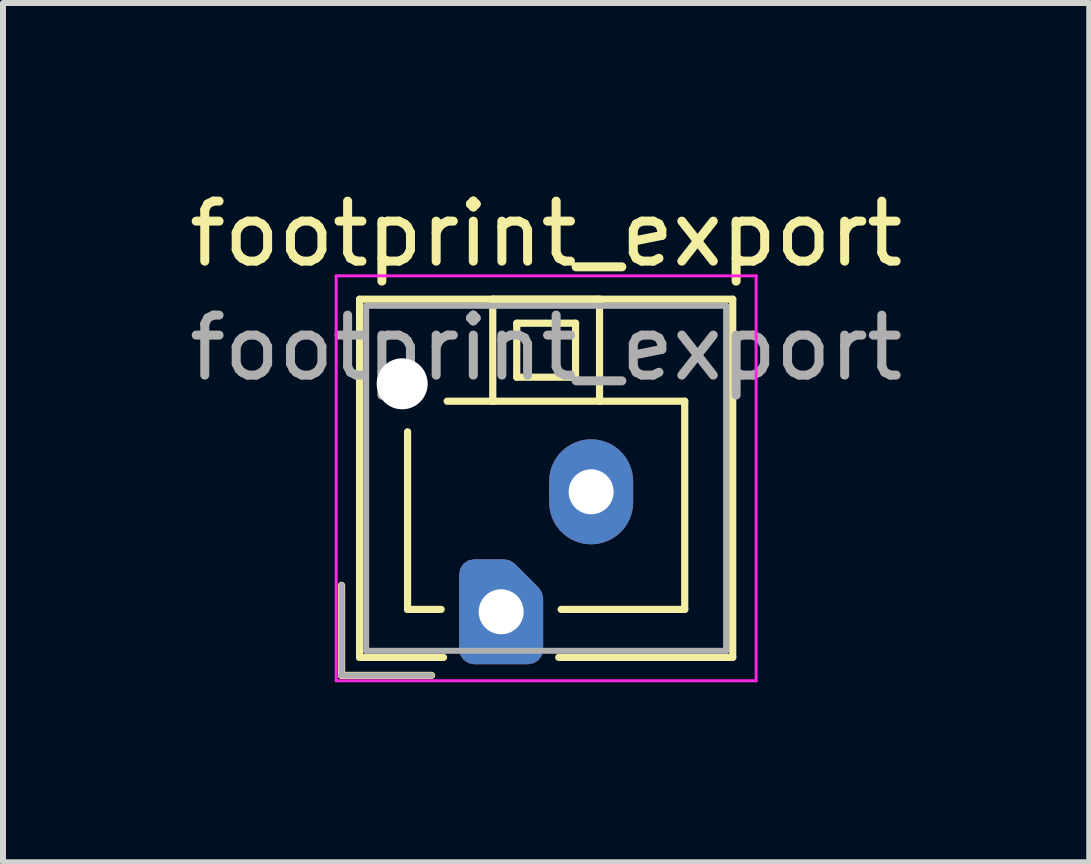
<source format=kicad_pcb>
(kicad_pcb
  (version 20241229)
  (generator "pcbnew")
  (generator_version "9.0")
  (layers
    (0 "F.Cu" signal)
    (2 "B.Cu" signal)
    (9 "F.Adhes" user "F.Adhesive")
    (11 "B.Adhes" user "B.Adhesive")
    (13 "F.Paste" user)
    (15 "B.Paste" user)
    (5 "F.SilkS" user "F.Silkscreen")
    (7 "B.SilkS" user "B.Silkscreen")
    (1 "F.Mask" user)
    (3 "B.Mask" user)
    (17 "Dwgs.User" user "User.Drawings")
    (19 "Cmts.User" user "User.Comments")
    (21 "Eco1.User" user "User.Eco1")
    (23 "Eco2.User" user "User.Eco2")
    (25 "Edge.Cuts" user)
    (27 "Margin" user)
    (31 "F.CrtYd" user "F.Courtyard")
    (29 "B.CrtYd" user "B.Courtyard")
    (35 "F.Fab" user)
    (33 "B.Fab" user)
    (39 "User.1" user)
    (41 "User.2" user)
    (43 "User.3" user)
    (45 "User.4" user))
  (footprint "footprint_export"
    (layer "F.Cu")
    (at 5.304 7.148)
    (property "Reference" "footprint_export" (at 0.75 -6.3 0) (layer "F.SilkS") (effects (font (size 1 1) (thickness 0.15))))
    (attr through_hole)
    (fp_line (start -2.66 -0.44) (end -2.66 1.06) (stroke (width 0.12) (type solid)) (layer "F.SilkS"))
    (fp_line (start -2.66 1.06) (end -1.16 1.06) (stroke (width 0.12) (type solid)) (layer "F.SilkS"))
    (fp_line (start -2.36 -5.21) (end 3.86 -5.21) (stroke (width 0.12) (type solid)) (layer "F.SilkS"))
    (fp_line (start -2.36 0.76) (end -2.36 -5.21) (stroke (width 0.12) (type solid)) (layer "F.SilkS"))
    (fp_line (start -1.56 -3) (end -1.56 -0.04) (stroke (width 0.12) (type solid)) (layer "F.SilkS"))
    (fp_line (start -1.56 -0.04) (end -1 -0.04) (stroke (width 0.12) (type solid)) (layer "F.SilkS"))
    (fp_line (start -0.96 0.76) (end -2.36 0.76) (stroke (width 0.12) (type solid)) (layer "F.SilkS"))
    (fp_line (start -0.14 -5.21) (end -0.14 -3.51) (stroke (width 0.12) (type solid)) (layer "F.SilkS"))
    (fp_line (start -0.14 -3.51) (end -0.9 -3.51) (stroke (width 0.12) (type solid)) (layer "F.SilkS"))
    (fp_line (start -0.14 -3.51) (end 1.64 -3.51) (stroke (width 0.12) (type solid)) (layer "F.SilkS"))
    (fp_line (start 0.26 -4.81) (end 0.26 -3.91) (stroke (width 0.12) (type solid)) (layer "F.SilkS"))
    (fp_line (start 0.26 -3.91) (end 1.24 -3.91) (stroke (width 0.12) (type solid)) (layer "F.SilkS"))
    (fp_line (start 1.24 -4.81) (end 0.26 -4.81) (stroke (width 0.12) (type solid)) (layer "F.SilkS"))
    (fp_line (start 1.24 -3.91) (end 1.24 -4.81) (stroke (width 0.12) (type solid)) (layer "F.SilkS"))
    (fp_line (start 1.64 -5.21) (end -0.14 -5.21) (stroke (width 0.12) (type solid)) (layer "F.SilkS"))
    (fp_line (start 1.64 -3.51) (end 1.64 -5.21) (stroke (width 0.12) (type solid)) (layer "F.SilkS"))
    (fp_line (start 1.64 -3.51) (end 3.06 -3.51) (stroke (width 0.12) (type solid)) (layer "F.SilkS"))
    (fp_line (start 3.06 -3.51) (end 3.06 -0.04) (stroke (width 0.12) (type solid)) (layer "F.SilkS"))
    (fp_line (start 3.06 -0.04) (end 1 -0.04) (stroke (width 0.12) (type solid)) (layer "F.SilkS"))
    (fp_line (start 3.86 -5.21) (end 3.86 0.76) (stroke (width 0.12) (type solid)) (layer "F.SilkS"))
    (fp_line (start 3.86 0.76) (end 0.96 0.76) (stroke (width 0.12) (type solid)) (layer "F.SilkS"))
    (fp_line (start -2.75 -5.6) (end -2.75 1.15) (stroke (width 0.05) (type solid)) (layer "F.CrtYd"))
    (fp_line (start -2.75 1.15) (end 4.25 1.15) (stroke (width 0.05) (type solid)) (layer "F.CrtYd"))
    (fp_line (start 4.25 -5.6) (end -2.75 -5.6) (stroke (width 0.05) (type solid)) (layer "F.CrtYd"))
    (fp_line (start 4.25 1.15) (end 4.25 -5.6) (stroke (width 0.05) (type solid)) (layer "F.CrtYd"))
    (fp_line (start -2.66 -0.44) (end -2.66 1.06) (stroke (width 0.1) (type solid)) (layer "F.Fab"))
    (fp_line (start -2.66 1.06) (end -1.16 1.06) (stroke (width 0.1) (type solid)) (layer "F.Fab"))
    (fp_line (start -2.25 -5.1) (end -2.25 0.65) (stroke (width 0.1) (type solid)) (layer "F.Fab"))
    (fp_line (start -2.25 0.65) (end 3.75 0.65) (stroke (width 0.1) (type solid)) (layer "F.Fab"))
    (fp_line (start 3.75 -5.1) (end -2.25 -5.1) (stroke (width 0.1) (type solid)) (layer "F.Fab"))
    (fp_line (start 3.75 0.65) (end 3.75 -5.1) (stroke (width 0.1) (type solid)) (layer "F.Fab"))
    (fp_text user "${REFERENCE}" (at 0.75 -4.4 0) (layer "F.Fab") (effects (font (size 1 1) (thickness 0.15))))
    (pad "" np_thru_hole circle (at -1.65 -3.8) (size 0.85 0.85) (drill 0.85) (layers "*.Cu" "*.Mask"))
    (pad "1" thru_hole custom (at 0 0) (size 1.117 1.117) (drill 0.75) (layers "*.Cu" "*.Mask") (options (anchor circle)) (primitives (gr_poly (pts (xy 0.45 -0.225) (xy 0.45 0.625) (xy -0.45 0.625) (xy -0.45 -0.625) (xy 0.05 -0.625)) (width 0.5) (fill yes))))
    (pad "2" thru_hole oval (at 1.5 -2) (size 1.4 1.75) (drill 0.75) (layers "*.Cu" "*.Mask")))
  (gr_rect
    (start -3 -3)
    (end 15.107 11.323)
    (stroke (width 0.1) (type default))
    (fill no)
    (layer "Edge.Cuts")))
</source>
